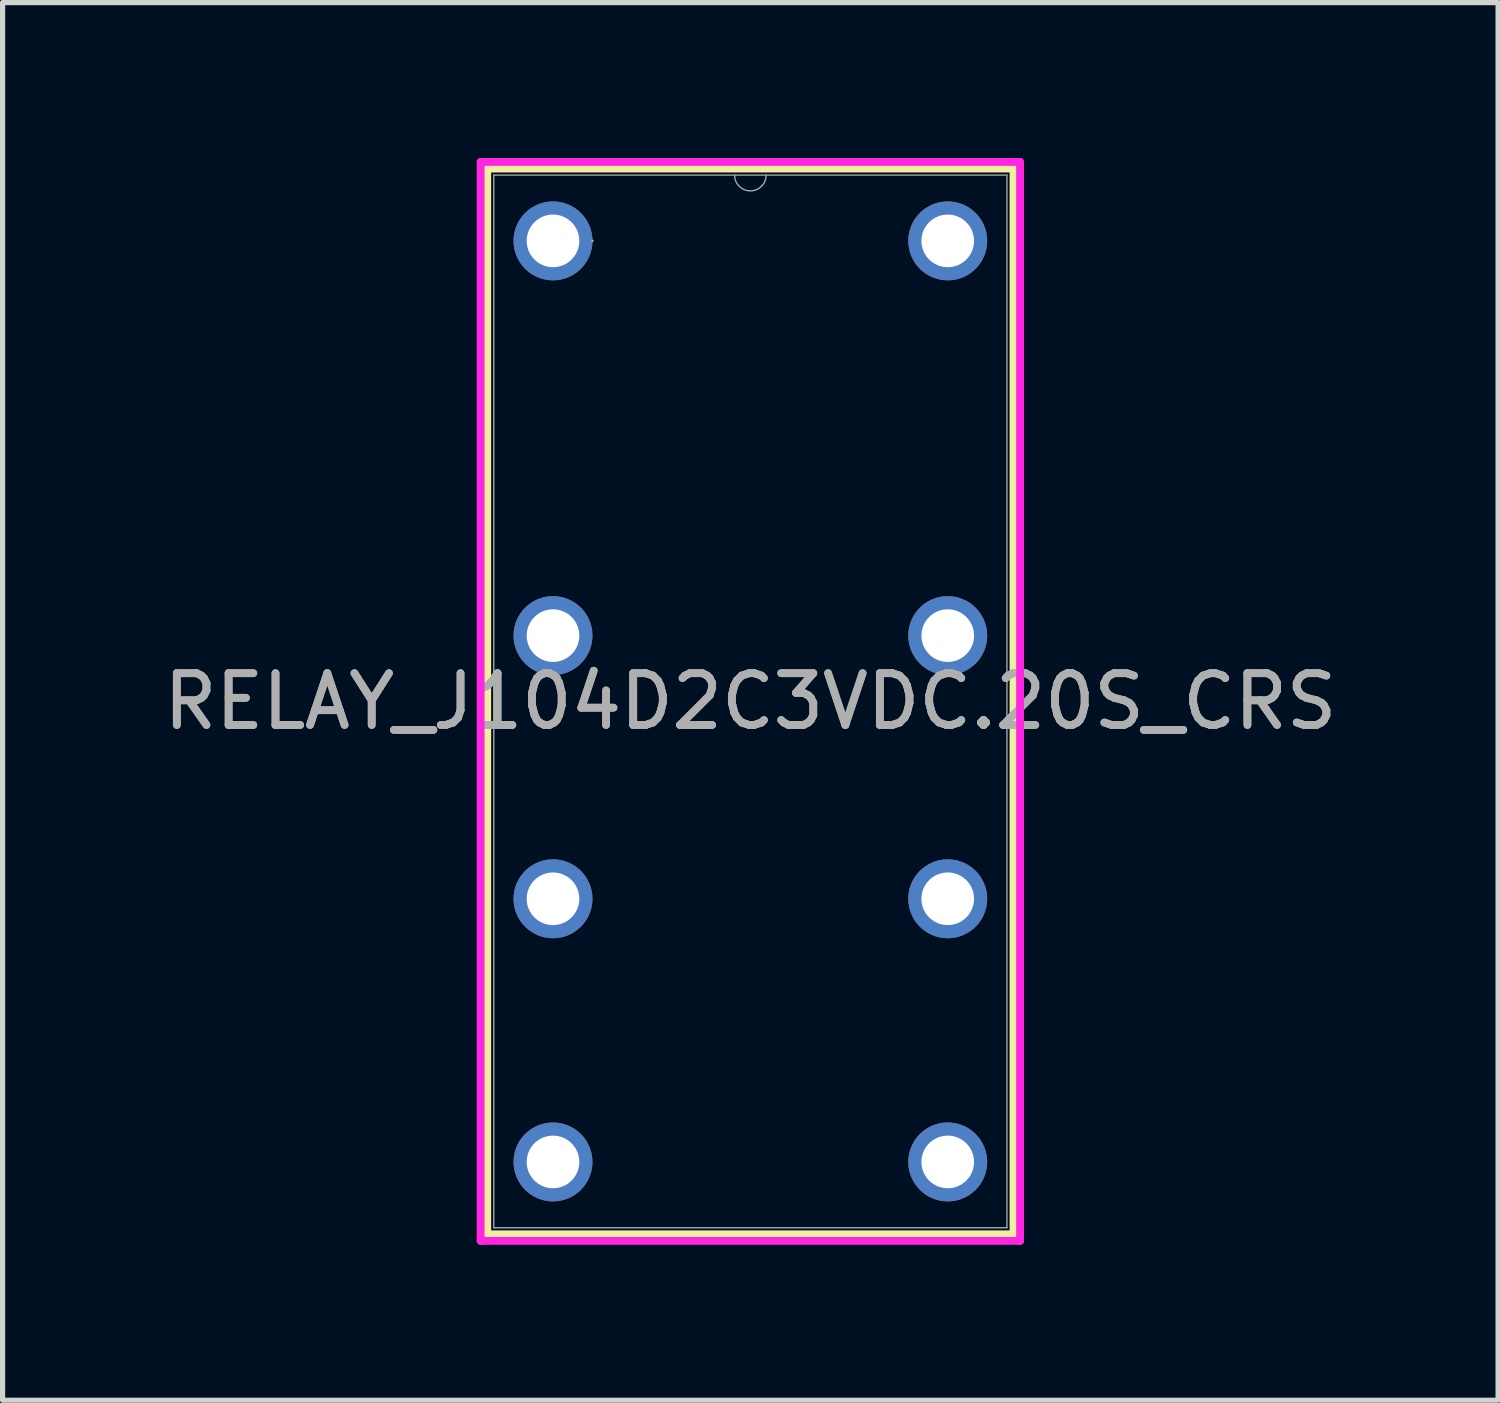
<source format=kicad_pcb>
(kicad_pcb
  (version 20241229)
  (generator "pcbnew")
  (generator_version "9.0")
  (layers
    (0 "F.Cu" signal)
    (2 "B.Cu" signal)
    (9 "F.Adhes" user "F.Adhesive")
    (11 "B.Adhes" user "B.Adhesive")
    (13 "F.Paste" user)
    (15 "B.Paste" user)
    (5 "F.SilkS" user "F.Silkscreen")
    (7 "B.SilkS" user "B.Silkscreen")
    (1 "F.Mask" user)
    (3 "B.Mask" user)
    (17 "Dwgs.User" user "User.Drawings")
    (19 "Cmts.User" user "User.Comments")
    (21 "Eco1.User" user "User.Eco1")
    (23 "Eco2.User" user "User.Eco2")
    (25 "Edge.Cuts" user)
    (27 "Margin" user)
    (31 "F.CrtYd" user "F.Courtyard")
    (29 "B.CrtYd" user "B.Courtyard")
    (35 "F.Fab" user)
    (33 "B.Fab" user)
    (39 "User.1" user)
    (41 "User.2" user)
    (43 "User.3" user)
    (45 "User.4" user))
  (footprint "RELAY_J104D2C3VDC.20S_CRS"
    (layer "F.Cu")
    (at 7.625 1.6)
    (property "Reference" "RELAY_J104D2C3VDC.20S_CRS" (at 3.81 8.89 0) (unlocked yes) (layer "F.Fab") (effects (font (size 1 1) (thickness 0.15))))
    (attr through_hole)
    (fp_line (start -1.27 -1.397) (end -1.27 19.177) (stroke (width 0.152) (type solid)) (layer "F.SilkS"))
    (fp_line (start -1.27 19.177) (end 8.89 19.177) (stroke (width 0.152) (type solid)) (layer "F.SilkS"))
    (fp_line (start 8.89 -1.397) (end -1.27 -1.397) (stroke (width 0.152) (type solid)) (layer "F.SilkS"))
    (fp_line (start 8.89 19.177) (end 8.89 -1.397) (stroke (width 0.152) (type solid)) (layer "F.SilkS"))
    (fp_line (start -1.397 -1.524) (end 9.017 -1.524) (stroke (width 0.152) (type solid)) (layer "F.CrtYd"))
    (fp_line (start -1.397 19.304) (end -1.397 -1.524) (stroke (width 0.152) (type solid)) (layer "F.CrtYd"))
    (fp_line (start 9.017 -1.524) (end 9.017 19.304) (stroke (width 0.152) (type solid)) (layer "F.CrtYd"))
    (fp_line (start 9.017 19.304) (end -1.397 19.304) (stroke (width 0.152) (type solid)) (layer "F.CrtYd"))
    (fp_line (start -1.143 -1.27) (end -1.143 19.05) (stroke (width 0.025) (type solid)) (layer "F.Fab"))
    (fp_line (start -1.143 19.05) (end 8.763 19.05) (stroke (width 0.025) (type solid)) (layer "F.Fab"))
    (fp_line (start 8.763 -1.27) (end -1.143 -1.27) (stroke (width 0.025) (type solid)) (layer "F.Fab"))
    (fp_line (start 8.763 19.05) (end 8.763 -1.27) (stroke (width 0.025) (type solid)) (layer "F.Fab"))
    (fp_arc (start 4.1148 -1.27) (mid 3.81 -0.9652) (end 3.5052 -1.27) (stroke (width 0.0254) (type solid)) (layer "F.Fab"))
    (fp_circle (center 0.762 0) (end 0.762 0) (stroke (width 0.025) (type solid)) (fill no) (layer "F.Fab"))
    (fp_text user "${REFERENCE}" (at 3.81 8.89 0) (unlocked yes) (layer "F.Fab") (effects (font (size 1 1) (thickness 0.15))))
    (pad "1" thru_hole circle (at 0 0) (size 1.524 1.524) (drill 1.016) (layers "*.Cu" "*.Mask"))
    (pad "2" thru_hole circle (at 0 7.62) (size 1.524 1.524) (drill 1.016) (layers "*.Cu" "*.Mask"))
    (pad "3" thru_hole circle (at 0 12.7) (size 1.524 1.524) (drill 1.016) (layers "*.Cu" "*.Mask"))
    (pad "4" thru_hole circle (at 0 17.78) (size 1.524 1.524) (drill 1.016) (layers "*.Cu" "*.Mask"))
    (pad "5" thru_hole circle (at 7.62 17.78) (size 1.524 1.524) (drill 1.016) (layers "*.Cu" "*.Mask"))
    (pad "6" thru_hole circle (at 7.62 12.7) (size 1.524 1.524) (drill 1.016) (layers "*.Cu" "*.Mask"))
    (pad "7" thru_hole circle (at 7.62 7.62) (size 1.524 1.524) (drill 1.016) (layers "*.Cu" "*.Mask"))
    (pad "8" thru_hole circle (at 7.62 0) (size 1.524 1.524) (drill 1.016) (layers "*.Cu" "*.Mask")))
  (gr_rect
    (start -3 -3)
    (end 25.869 23.98)
    (stroke (width 0.1) (type default))
    (fill no)
    (layer "Edge.Cuts")))
</source>
